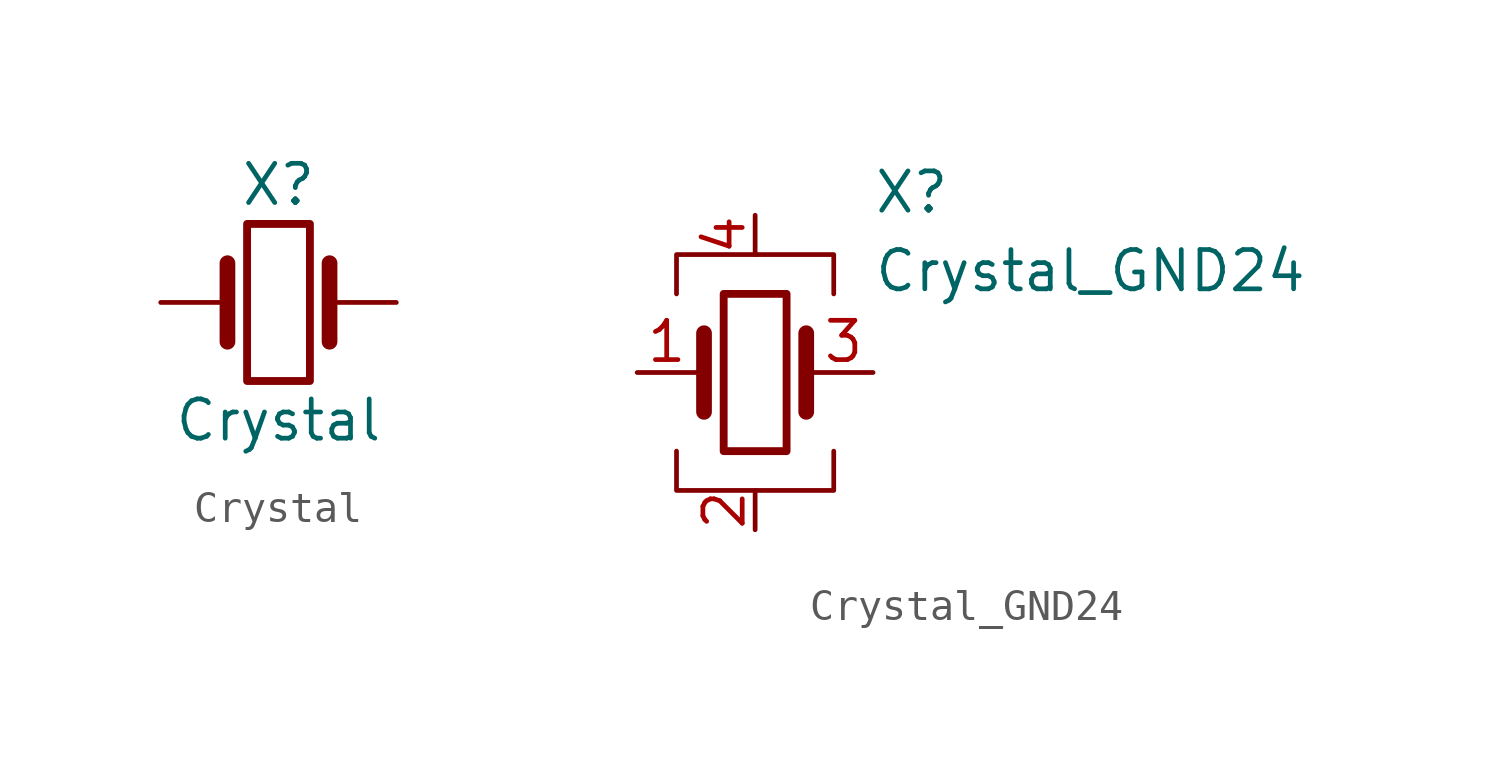
<source format=kicad_sym>
(kicad_symbol_lib
  (version 20231120)
  (generator "kicad_symbol_editor")
  (generator_version "8.0")
  (symbol "Crystal"
    (pin_numbers hide)
    (pin_names
      (offset 1.016))
    (property "Reference" "X"
      (at 0 3.81 0)
      (effects (font (size 1.27 1.27))))
    (property "Value" "Crystal"
      (at 0 -3.81 0)
      (effects (font (size 1.27 1.27))))
    (symbol "Crystal_0_1"
      (polyline (pts (xy -1.651 1.27) (xy -1.651 -1.27)) (stroke (width 0.508) (type solid)) (fill (type none)))
      (polyline (pts (xy 1.651 1.27) (xy 1.651 -1.27)) (stroke (width 0.508) (type solid)) (fill (type none)))
      (polyline (pts (xy -1.016 2.54) (xy -1.016 -2.54) (xy 1.016 -2.54) (xy 1.016 2.54) (xy -1.016 2.54)) (stroke (width 0.254) (type solid)) (fill (type none))))
    (symbol "Crystal_1_1"
      (pin passive line (at -3.81 0 0) (length 1.905) (name "~" (effects (font (size 1.27 1.27)))) (number "1" (effects (font (size 1.27 1.27)))))
      (pin passive line (at 3.81 0 180) (length 1.905) (name "~" (effects (font (size 1.27 1.27)))) (number "2" (effects (font (size 1.27 1.27)))))))
  (symbol "Crystal_GND24"
    (pin_names
      (offset 1.016))
    (property "Reference" "X"
      (at 3.81 5.08 0)
      (effects (font (size 1.27 1.27)) (justify left bottom)))
    (property "Value" "Crystal_GND24"
      (at 3.81 2.54 0)
      (effects (font (size 1.27 1.27)) (justify left bottom)))
    (symbol "Crystal_GND24_0_1"
      (polyline (pts (xy -1.651 1.27) (xy -1.651 -1.27)) (stroke (width 0.508) (type solid)) (fill (type none)))
      (polyline (pts (xy 1.651 1.27) (xy 1.651 -1.27)) (stroke (width 0.508) (type solid)) (fill (type none)))
      (polyline (pts (xy -2.54 -2.54) (xy -2.54 -3.81) (xy 2.54 -3.81) (xy 2.54 -2.54)) (stroke (width 0) (type solid)) (fill (type none)))
      (polyline (pts (xy -2.54 2.54) (xy -2.54 3.81) (xy 2.54 3.81) (xy 2.54 2.54)) (stroke (width 0) (type solid)) (fill (type none)))
      (polyline (pts (xy -1.016 2.54) (xy -1.016 -2.54) (xy 1.016 -2.54) (xy 1.016 2.54) (xy -1.016 2.54)) (stroke (width 0.254) (type solid)) (fill (type none))))
    (symbol "Crystal_GND24_1_1"
      (pin passive line (at -3.81 0 0) (length 1.905) (name "~" (effects (font (size 1.27 1.27)))) (number "1" (effects (font (size 1.27 1.27)))))
      (pin power_in line (at 0 -5.08 90) (length 1.27) (name "~" (effects (font (size 1.27 1.27)))) (number "2" (effects (font (size 1.27 1.27)))))
      (pin passive line (at 3.81 0 180) (length 1.905) (name "~" (effects (font (size 1.27 1.27)))) (number "3" (effects (font (size 1.27 1.27)))))
      (pin power_in line (at 0 5.08 270) (length 1.27) (name "~" (effects (font (size 1.27 1.27)))) (number "4" (effects (font (size 1.27 1.27))))))))
</source>
